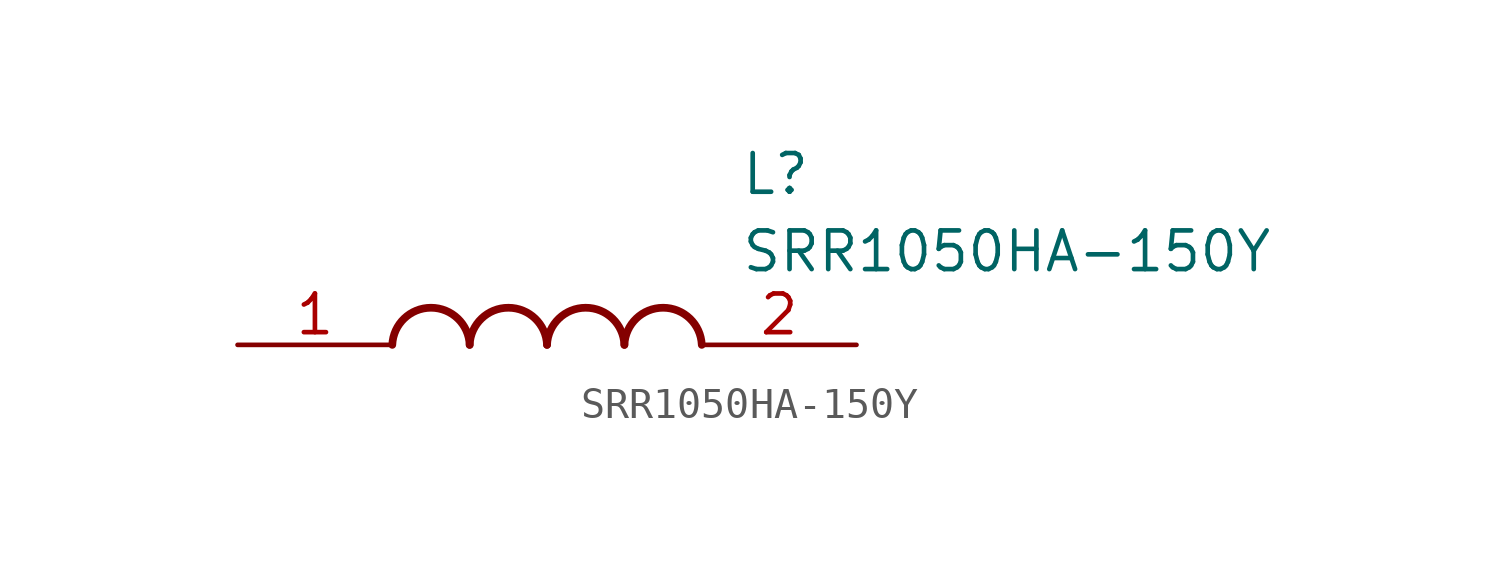
<source format=kicad_sym>
(kicad_symbol_lib
  (version 20211014)
  (generator SamacSys_ECAD_Model)
  (symbol "SRR1050HA-150Y"
    (pin_names hide)
    (property "Reference" "L"
      (at 16.51 6.35 0)
      (effects (font (size 1.27 1.27)) (justify left top)))
    (property "Value" "SRR1050HA-150Y"
      (at 16.51 3.81 0)
      (effects (font (size 1.27 1.27)) (justify left top)))
    (arc
      (start 7.62 0)
      (mid 6.35 1.219)
      (end 5.08 0)
      (stroke (width 0.254) (type default))
      (fill (type none)))
    (arc
      (start 10.16 0)
      (mid 8.89 1.219)
      (end 7.62 0)
      (stroke (width 0.254) (type default))
      (fill (type none)))
    (arc
      (start 12.7 0)
      (mid 11.43 1.219)
      (end 10.16 0)
      (stroke (width 0.254) (type default))
      (fill (type none)))
    (arc
      (start 15.24 0)
      (mid 13.97 1.219)
      (end 12.7 0)
      (stroke (width 0.254) (type default))
      (fill (type none)))
    (pin passive line
      (at 0 0 0)
      (length 5.08)
      (name "1" (effects (font (size 1.27 1.27))))
      (number "1" (effects (font (size 1.27 1.27)))))
    (pin passive line
      (at 20.32 0 180)
      (length 5.08)
      (name "2" (effects (font (size 1.27 1.27))))
      (number "2" (effects (font (size 1.27 1.27)))))))
</source>
